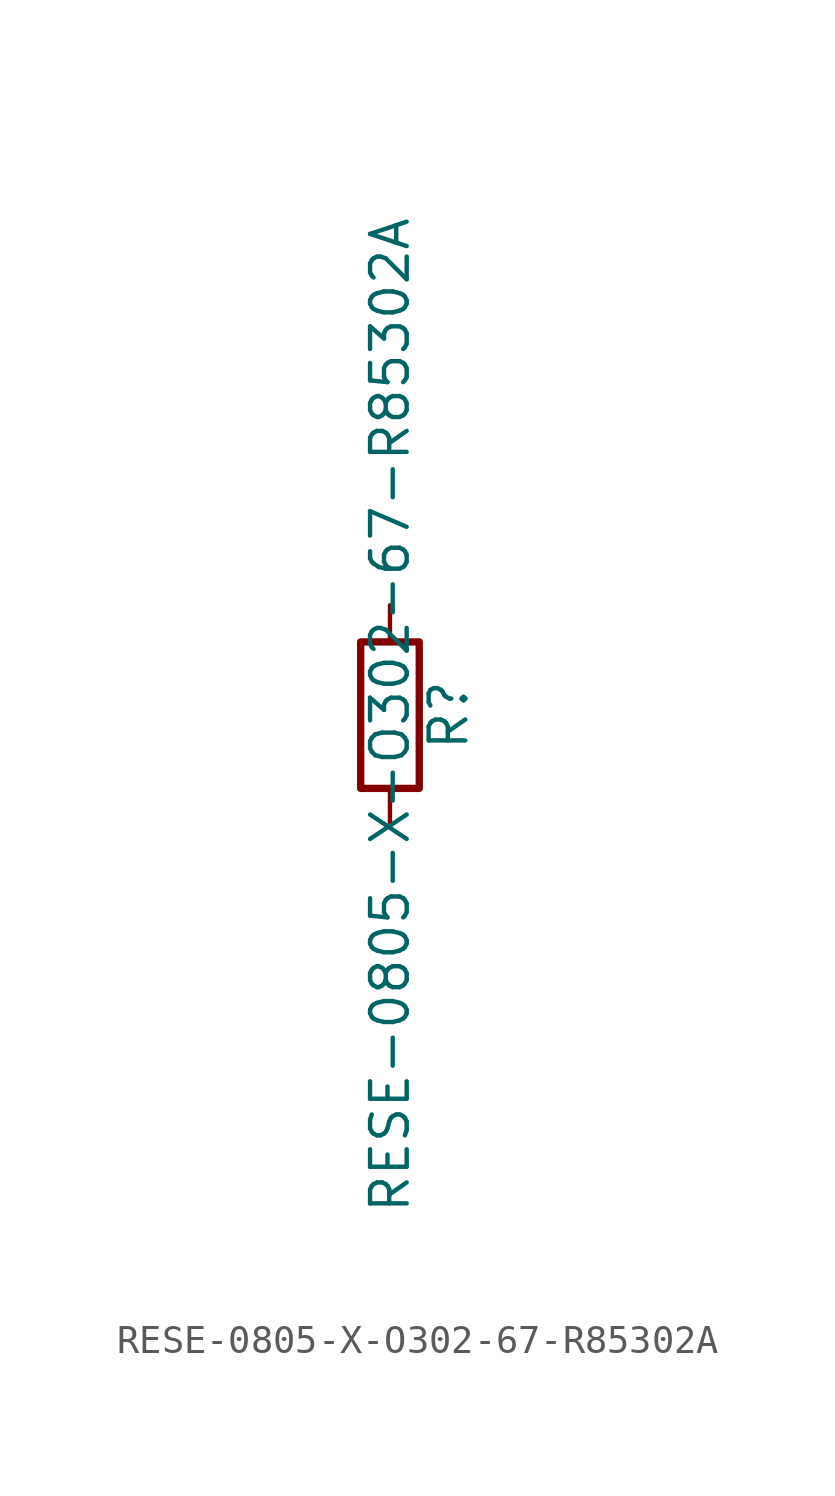
<source format=kicad_sym>
(kicad_symbol_lib
  (version 20211014)
  (generator kicad_symbol_editor)
  (symbol "RESE-0805-X-O302-67-R85302A"
    (pin_numbers hide)
    (pin_names
      (offset 0))
    (property "Reference" "R"
      (at 2.032 0 90)
      (effects (font (size 1.27 1.27))))
    (property "Value" "RESE-0805-X-O302-67-R85302A"
      (at 0 0 90)
      (effects (font (size 1.27 1.27))))
    (symbol "RESE-0805-X-O302-67-R85302A_0_1"
      (rectangle (start -1.016 -2.54) (end 1.016 2.54) (stroke (width 0.254) (type default) (color 0 0 0 0)) (fill (type none))))
    (symbol "RESE-0805-X-O302-67-R85302A_1_1"
      (pin passive line (at 0 3.81 270) (length 1.27) (name "~" (effects (font (size 1.27 1.27)))) (number "1" (effects (font (size 1.27 1.27)))))
      (pin passive line (at 0 -3.81 90) (length 1.27) (name "~" (effects (font (size 1.27 1.27)))) (number "2" (effects (font (size 1.27 1.27))))))))
</source>
